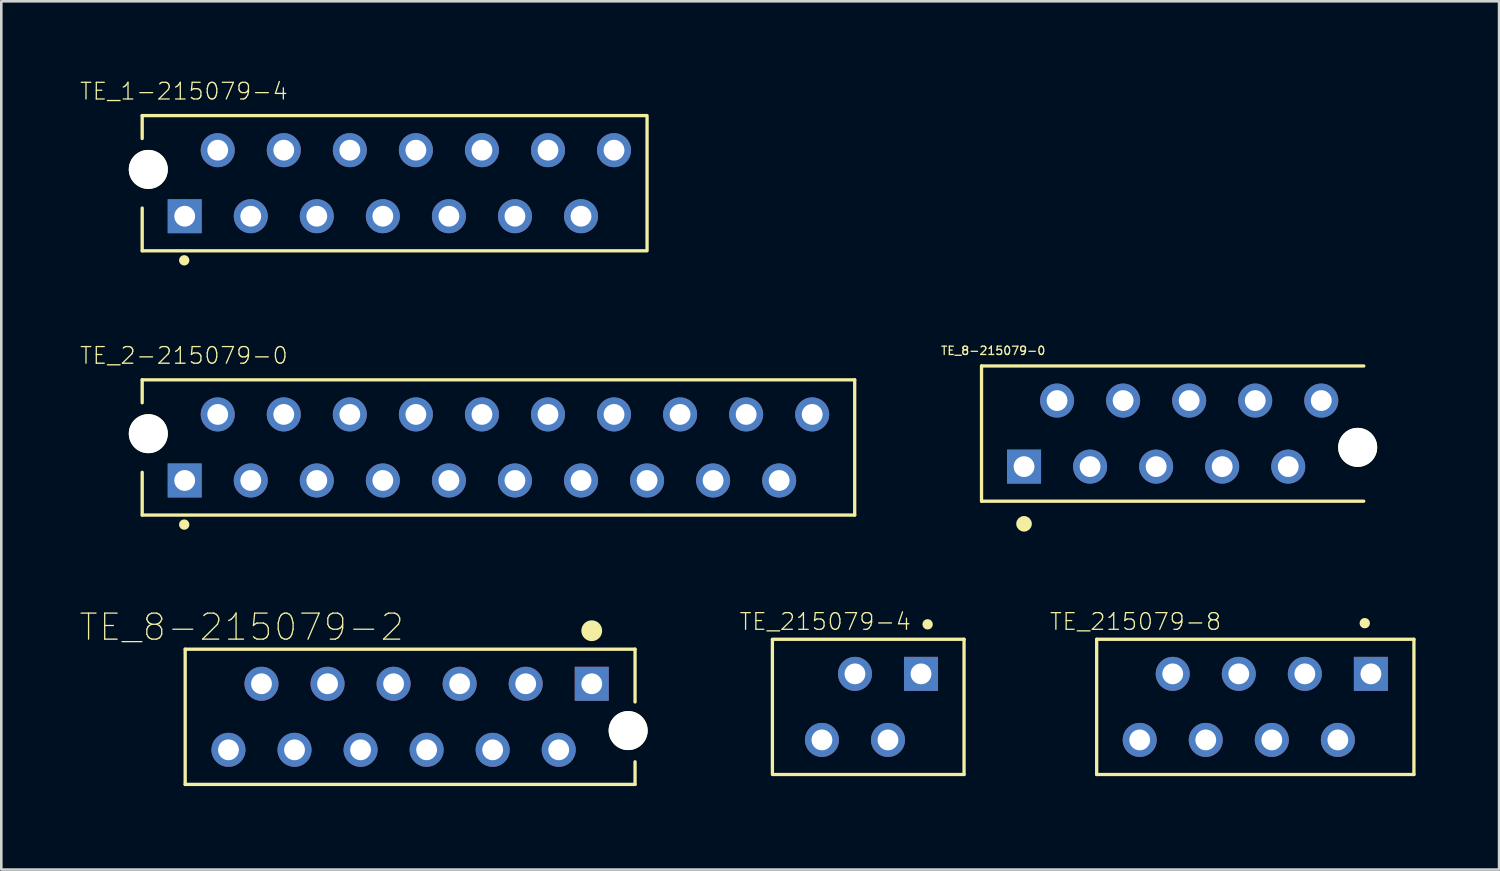
<source format=kicad_pcb>
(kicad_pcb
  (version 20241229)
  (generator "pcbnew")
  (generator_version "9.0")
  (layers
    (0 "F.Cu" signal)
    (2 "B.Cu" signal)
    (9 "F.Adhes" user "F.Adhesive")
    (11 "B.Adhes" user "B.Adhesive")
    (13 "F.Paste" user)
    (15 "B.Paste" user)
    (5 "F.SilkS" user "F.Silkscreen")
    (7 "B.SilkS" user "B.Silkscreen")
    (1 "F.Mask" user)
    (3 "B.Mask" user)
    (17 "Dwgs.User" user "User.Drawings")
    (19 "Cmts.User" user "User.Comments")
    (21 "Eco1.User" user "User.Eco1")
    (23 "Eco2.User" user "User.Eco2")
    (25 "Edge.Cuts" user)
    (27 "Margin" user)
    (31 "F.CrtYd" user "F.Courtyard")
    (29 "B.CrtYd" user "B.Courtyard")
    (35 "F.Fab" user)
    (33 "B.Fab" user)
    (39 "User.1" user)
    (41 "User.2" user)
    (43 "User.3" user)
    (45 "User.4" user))
  (footprint "TE_2-215079-0"
    (layer "F.Cu")
    (at 4.053 15.427)
    (property "Reference" "TE_2-215079-0" (at -0.032 -4.803 0) (layer "F.SilkS") (effects (font (size 0.64 0.64) (thickness 0.05))))
    (attr through_hole)
    (fp_line (start -1.635 -3.87) (end -1.635 -2.988) (stroke (width 0.127) (type solid)) (layer "F.SilkS"))
    (fp_line (start -1.635 -0.314) (end -1.635 1.33) (stroke (width 0.127) (type solid)) (layer "F.SilkS"))
    (fp_line (start -1.635 1.33) (end 25.765 1.33) (stroke (width 0.127) (type solid)) (layer "F.SilkS"))
    (fp_line (start 25.765 -3.87) (end -1.635 -3.87) (stroke (width 0.127) (type solid)) (layer "F.SilkS"))
    (fp_line (start 25.765 1.33) (end 25.765 -3.87) (stroke (width 0.127) (type solid)) (layer "F.SilkS"))
    (fp_circle (center -0.019 1.696) (end 0.081 1.696) (stroke (width 0.2) (type solid)) (fill no) (layer "F.SilkS"))
    (fp_line (start -1.885 -4.12) (end 26.015 -4.12) (stroke (width 0.05) (type solid)) (layer "Eco1.User"))
    (fp_line (start -1.885 1.58) (end -1.885 -4.12) (stroke (width 0.05) (type solid)) (layer "Eco1.User"))
    (fp_line (start 26.015 -4.12) (end 26.015 1.58) (stroke (width 0.05) (type solid)) (layer "Eco1.User"))
    (fp_line (start 26.015 1.58) (end -1.885 1.58) (stroke (width 0.05) (type solid)) (layer "Eco1.User"))
    (fp_line (start -1.635 -3.87) (end -1.635 1.33) (stroke (width 0.127) (type solid)) (layer "Eco2.User"))
    (fp_line (start -1.635 1.33) (end 25.765 1.33) (stroke (width 0.127) (type solid)) (layer "Eco2.User"))
    (fp_line (start 25.765 -3.87) (end -1.635 -3.87) (stroke (width 0.127) (type solid)) (layer "Eco2.User"))
    (fp_line (start 25.765 1.33) (end 25.765 -3.87) (stroke (width 0.127) (type solid)) (layer "Eco2.User"))
    (pad "" np_thru_hole circle (at -1.4 -1.8) (size 1.5 1.5) (drill 1.5) (layers "*.Cu" "*.Mask" "F.SilkS"))
    (pad "1" thru_hole rect (at 0 0 180) (size 1.308 1.308) (drill 0.8) (layers "*.Cu" "*.Mask"))
    (pad "2" thru_hole circle (at 1.27 -2.54 180) (size 1.308 1.308) (drill 0.8) (layers "*.Cu" "*.Mask"))
    (pad "3" thru_hole circle (at 2.54 0 180) (size 1.308 1.308) (drill 0.8) (layers "*.Cu" "*.Mask"))
    (pad "4" thru_hole circle (at 3.81 -2.54 180) (size 1.308 1.308) (drill 0.8) (layers "*.Cu" "*.Mask"))
    (pad "5" thru_hole circle (at 5.08 0 180) (size 1.308 1.308) (drill 0.8) (layers "*.Cu" "*.Mask"))
    (pad "6" thru_hole circle (at 6.35 -2.54 180) (size 1.308 1.308) (drill 0.8) (layers "*.Cu" "*.Mask"))
    (pad "7" thru_hole circle (at 7.62 0 180) (size 1.308 1.308) (drill 0.8) (layers "*.Cu" "*.Mask"))
    (pad "8" thru_hole circle (at 8.89 -2.54 180) (size 1.308 1.308) (drill 0.8) (layers "*.Cu" "*.Mask"))
    (pad "9" thru_hole circle (at 10.16 0 180) (size 1.308 1.308) (drill 0.8) (layers "*.Cu" "*.Mask"))
    (pad "10" thru_hole circle (at 11.43 -2.54 180) (size 1.308 1.308) (drill 0.8) (layers "*.Cu" "*.Mask"))
    (pad "11" thru_hole circle (at 12.7 0 180) (size 1.308 1.308) (drill 0.8) (layers "*.Cu" "*.Mask"))
    (pad "12" thru_hole circle (at 13.97 -2.54 180) (size 1.308 1.308) (drill 0.8) (layers "*.Cu" "*.Mask"))
    (pad "13" thru_hole circle (at 15.24 0 180) (size 1.308 1.308) (drill 0.8) (layers "*.Cu" "*.Mask"))
    (pad "14" thru_hole circle (at 16.51 -2.54 180) (size 1.308 1.308) (drill 0.8) (layers "*.Cu" "*.Mask"))
    (pad "15" thru_hole circle (at 17.78 0 180) (size 1.308 1.308) (drill 0.8) (layers "*.Cu" "*.Mask"))
    (pad "16" thru_hole circle (at 19.05 -2.54 180) (size 1.308 1.308) (drill 0.8) (layers "*.Cu" "*.Mask"))
    (pad "17" thru_hole circle (at 20.32 0 180) (size 1.308 1.308) (drill 0.8) (layers "*.Cu" "*.Mask"))
    (pad "18" thru_hole circle (at 21.59 -2.54 180) (size 1.308 1.308) (drill 0.8) (layers "*.Cu" "*.Mask"))
    (pad "19" thru_hole circle (at 22.86 0 180) (size 1.308 1.308) (drill 0.8) (layers "*.Cu" "*.Mask"))
    (pad "20" thru_hole circle (at 24.13 -2.54 180) (size 1.308 1.308) (drill 0.8) (layers "*.Cu" "*.Mask")))
  (footprint "TE_215079-8"
    (layer "F.Cu")
    (at 45.223 24.134)
    (property "Reference" "TE_215079-8" (at -4.606 -3.278 0) (layer "F.SilkS") (effects (font (size 0.64 0.64) (thickness 0.05))))
    (attr through_hole)
    (fp_line (start -6.1 -2.6) (end -6.1 2.6) (stroke (width 0.127) (type solid)) (layer "F.SilkS"))
    (fp_line (start -6.1 2.6) (end 6.1 2.6) (stroke (width 0.127) (type solid)) (layer "F.SilkS"))
    (fp_line (start 6.1 -2.6) (end -6.1 -2.6) (stroke (width 0.127) (type solid)) (layer "F.SilkS"))
    (fp_line (start 6.1 2.6) (end 6.1 -2.6) (stroke (width 0.127) (type solid)) (layer "F.SilkS"))
    (fp_circle (center 4.21 -3.22) (end 4.31 -3.22) (stroke (width 0.2) (type solid)) (fill no) (layer "F.SilkS"))
    (fp_line (start -6.35 -2.85) (end 6.35 -2.85) (stroke (width 0.05) (type solid)) (layer "Eco1.User"))
    (fp_line (start -6.35 2.85) (end -6.35 -2.85) (stroke (width 0.05) (type solid)) (layer "Eco1.User"))
    (fp_line (start 6.35 -2.85) (end 6.35 2.85) (stroke (width 0.05) (type solid)) (layer "Eco1.User"))
    (fp_line (start 6.35 2.85) (end -6.35 2.85) (stroke (width 0.05) (type solid)) (layer "Eco1.User"))
    (fp_line (start -6.1 -2.6) (end -6.1 2.6) (stroke (width 0.127) (type solid)) (layer "Eco2.User"))
    (fp_line (start -6.1 2.6) (end 6.1 2.6) (stroke (width 0.127) (type solid)) (layer "Eco2.User"))
    (fp_line (start 6.1 -2.6) (end -6.1 -2.6) (stroke (width 0.127) (type solid)) (layer "Eco2.User"))
    (fp_line (start 6.1 2.6) (end 6.1 -2.6) (stroke (width 0.127) (type solid)) (layer "Eco2.User"))
    (pad "1" thru_hole rect (at 4.445 -1.27) (size 1.308 1.308) (drill 0.8) (layers "*.Cu" "*.Mask"))
    (pad "2" thru_hole circle (at 3.175 1.27) (size 1.308 1.308) (drill 0.8) (layers "*.Cu" "*.Mask"))
    (pad "3" thru_hole circle (at 1.905 -1.27) (size 1.308 1.308) (drill 0.8) (layers "*.Cu" "*.Mask"))
    (pad "4" thru_hole circle (at 0.635 1.27) (size 1.308 1.308) (drill 0.8) (layers "*.Cu" "*.Mask"))
    (pad "5" thru_hole circle (at -0.635 -1.27) (size 1.308 1.308) (drill 0.8) (layers "*.Cu" "*.Mask"))
    (pad "6" thru_hole circle (at -1.905 1.27) (size 1.308 1.308) (drill 0.8) (layers "*.Cu" "*.Mask"))
    (pad "7" thru_hole circle (at -3.175 -1.27) (size 1.308 1.308) (drill 0.8) (layers "*.Cu" "*.Mask"))
    (pad "8" thru_hole circle (at -4.445 1.27) (size 1.308 1.308) (drill 0.8) (layers "*.Cu" "*.Mask")))
  (footprint "TE_1-215079-4"
    (layer "F.Cu")
    (at 4.053 5.265)
    (property "Reference" "TE_1-215079-4" (at -0.032 -4.803 0) (layer "F.SilkS") (effects (font (size 0.64 0.64) (thickness 0.05))))
    (attr through_hole)
    (fp_line (start -1.635 -3.87) (end -1.635 -2.988) (stroke (width 0.127) (type solid)) (layer "F.SilkS"))
    (fp_line (start -1.635 -0.314) (end -1.635 1.33) (stroke (width 0.127) (type solid)) (layer "F.SilkS"))
    (fp_line (start -1.635 1.33) (end 17.78 1.33) (stroke (width 0.127) (type solid)) (layer "F.SilkS"))
    (fp_line (start 17.78 -3.87) (end -1.635 -3.87) (stroke (width 0.127) (type solid)) (layer "F.SilkS"))
    (fp_line (start 17.78 1.27) (end 17.78 -3.81) (stroke (width 0.127) (type solid)) (layer "F.SilkS"))
    (fp_circle (center -0.019 1.696) (end 0.081 1.696) (stroke (width 0.2) (type solid)) (fill no) (layer "F.SilkS"))
    (fp_line (start -1.885 -4.12) (end 18.034 -4.12) (stroke (width 0.05) (type solid)) (layer "Eco1.User"))
    (fp_line (start -1.885 1.58) (end -1.885 -4.12) (stroke (width 0.05) (type solid)) (layer "Eco1.User"))
    (fp_line (start 18.034 -4.12) (end 18.034 1.58) (stroke (width 0.05) (type solid)) (layer "Eco1.User"))
    (fp_line (start 18.034 1.58) (end -1.885 1.58) (stroke (width 0.05) (type solid)) (layer "Eco1.User"))
    (fp_line (start -1.635 -3.87) (end -1.635 1.33) (stroke (width 0.127) (type solid)) (layer "Eco2.User"))
    (fp_line (start -1.635 1.33) (end 17.78 1.33) (stroke (width 0.127) (type solid)) (layer "Eco2.User"))
    (fp_line (start 17.78 -3.87) (end -1.635 -3.87) (stroke (width 0.127) (type solid)) (layer "Eco2.User"))
    (fp_line (start 17.78 1.27) (end 17.78 -3.81) (stroke (width 0.127) (type solid)) (layer "Eco2.User"))
    (pad "" np_thru_hole circle (at -1.4 -1.8) (size 1.5 1.5) (drill 1.5) (layers "*.Cu" "*.Mask" "F.SilkS"))
    (pad "1" thru_hole rect (at 0 0 180) (size 1.308 1.308) (drill 0.8) (layers "*.Cu" "*.Mask"))
    (pad "2" thru_hole circle (at 1.27 -2.54 180) (size 1.308 1.308) (drill 0.8) (layers "*.Cu" "*.Mask"))
    (pad "3" thru_hole circle (at 2.54 0 180) (size 1.308 1.308) (drill 0.8) (layers "*.Cu" "*.Mask"))
    (pad "4" thru_hole circle (at 3.81 -2.54 180) (size 1.308 1.308) (drill 0.8) (layers "*.Cu" "*.Mask"))
    (pad "5" thru_hole circle (at 5.08 0 180) (size 1.308 1.308) (drill 0.8) (layers "*.Cu" "*.Mask"))
    (pad "6" thru_hole circle (at 6.35 -2.54 180) (size 1.308 1.308) (drill 0.8) (layers "*.Cu" "*.Mask"))
    (pad "7" thru_hole circle (at 7.62 0 180) (size 1.308 1.308) (drill 0.8) (layers "*.Cu" "*.Mask"))
    (pad "8" thru_hole circle (at 8.89 -2.54 180) (size 1.308 1.308) (drill 0.8) (layers "*.Cu" "*.Mask"))
    (pad "9" thru_hole circle (at 10.16 0 180) (size 1.308 1.308) (drill 0.8) (layers "*.Cu" "*.Mask"))
    (pad "10" thru_hole circle (at 11.43 -2.54 180) (size 1.308 1.308) (drill 0.8) (layers "*.Cu" "*.Mask"))
    (pad "11" thru_hole circle (at 12.7 0 180) (size 1.308 1.308) (drill 0.8) (layers "*.Cu" "*.Mask"))
    (pad "12" thru_hole circle (at 13.97 -2.54 180) (size 1.308 1.308) (drill 0.8) (layers "*.Cu" "*.Mask"))
    (pad "13" thru_hole circle (at 15.24 0 180) (size 1.308 1.308) (drill 0.8) (layers "*.Cu" "*.Mask"))
    (pad "14" thru_hole circle (at 16.51 -2.54 180) (size 1.308 1.308) (drill 0.8) (layers "*.Cu" "*.Mask")))
  (footprint "TE_8-215079-0"
    (layer "F.Cu")
    (at 36.33 14.894)
    (property "Reference" "TE_8-215079-0" (at -1.188 -4.458 0) (layer "F.SilkS") (effects (font (size 0.32 0.32) (thickness 0.05))))
    (attr through_hole)
    (fp_line (start -1.635 -3.87) (end 13.065 -3.87) (stroke (width 0.127) (type solid)) (layer "F.SilkS"))
    (fp_line (start -1.635 1.33) (end -1.635 -3.87) (stroke (width 0.127) (type solid)) (layer "F.SilkS"))
    (fp_line (start 13.065 1.33) (end -1.635 1.33) (stroke (width 0.127) (type solid)) (layer "F.SilkS"))
    (fp_circle (center 0 2.2) (end 0.15 2.2) (stroke (width 0.3) (type solid)) (fill no) (layer "F.SilkS"))
    (fp_line (start -1.885 -4.12) (end -1.885 1.58) (stroke (width 0.05) (type solid)) (layer "Eco1.User"))
    (fp_line (start -1.885 1.58) (end 14 1.58) (stroke (width 0.05) (type solid)) (layer "Eco1.User"))
    (fp_line (start 14 -4.12) (end -1.885 -4.12) (stroke (width 0.05) (type solid)) (layer "Eco1.User"))
    (fp_line (start 14 1.58) (end 14 -4.12) (stroke (width 0.05) (type solid)) (layer "Eco1.User"))
    (fp_line (start 13.065 -3.87) (end 13.065 1.33) (stroke (width 0.127) (type solid)) (layer "Eco2.User"))
    (pad "" np_thru_hole circle (at 12.83 -0.74) (size 1.5 1.5) (drill 1.5) (layers "*.Cu" "*.Mask" "F.SilkS"))
    (pad "1" thru_hole rect (at 0 0) (size 1.308 1.308) (drill 0.8) (layers "*.Cu" "*.Mask"))
    (pad "2" thru_hole circle (at 1.27 -2.54) (size 1.308 1.308) (drill 0.8) (layers "*.Cu" "*.Mask"))
    (pad "3" thru_hole circle (at 2.54 0) (size 1.308 1.308) (drill 0.8) (layers "*.Cu" "*.Mask"))
    (pad "4" thru_hole circle (at 3.81 -2.54) (size 1.308 1.308) (drill 0.8) (layers "*.Cu" "*.Mask"))
    (pad "5" thru_hole circle (at 5.08 0) (size 1.308 1.308) (drill 0.8) (layers "*.Cu" "*.Mask"))
    (pad "6" thru_hole circle (at 6.35 -2.54) (size 1.308 1.308) (drill 0.8) (layers "*.Cu" "*.Mask"))
    (pad "7" thru_hole circle (at 7.62 0) (size 1.308 1.308) (drill 0.8) (layers "*.Cu" "*.Mask"))
    (pad "8" thru_hole circle (at 8.89 -2.54) (size 1.308 1.308) (drill 0.8) (layers "*.Cu" "*.Mask"))
    (pad "9" thru_hole circle (at 10.16 0) (size 1.308 1.308) (drill 0.8) (layers "*.Cu" "*.Mask"))
    (pad "10" thru_hole circle (at 11.43 -2.54) (size 1.308 1.308) (drill 0.8) (layers "*.Cu" "*.Mask")))
  (footprint "TE_8-215079-2"
    (layer "F.Cu")
    (at 19.706 23.245)
    (property "Reference" "TE_8-215079-2" (at -13.463 -2.177 0) (layer "F.SilkS") (effects (font (size 1.001 1.001) (thickness 0.05))))
    (attr through_hole)
    (fp_line (start -15.635 -1.33) (end -15.635 3.87) (stroke (width 0.127) (type solid)) (layer "F.SilkS"))
    (fp_line (start -15.635 3.87) (end 1.665 3.87) (stroke (width 0.127) (type solid)) (layer "F.SilkS"))
    (fp_line (start 1.665 -1.33) (end -15.635 -1.33) (stroke (width 0.127) (type solid)) (layer "F.SilkS"))
    (fp_line (start 1.665 -1.33) (end 1.665 0.7) (stroke (width 0.127) (type solid)) (layer "F.SilkS"))
    (fp_line (start 1.665 3.87) (end 1.665 3) (stroke (width 0.127) (type solid)) (layer "F.SilkS"))
    (fp_circle (center 0 -2.04) (end 0.2 -2.04) (stroke (width 0.4) (type solid)) (fill no) (layer "F.SilkS"))
    (fp_line (start -15.885 -1.58) (end 2.635 -1.58) (stroke (width 0.05) (type solid)) (layer "Eco1.User"))
    (fp_line (start -15.885 4.12) (end -15.885 -1.58) (stroke (width 0.05) (type solid)) (layer "Eco1.User"))
    (fp_line (start 2.635 -1.58) (end 2.635 4.12) (stroke (width 0.05) (type solid)) (layer "Eco1.User"))
    (fp_line (start 2.635 4.12) (end -15.885 4.12) (stroke (width 0.05) (type solid)) (layer "Eco1.User"))
    (fp_line (start -15.635 -1.33) (end -15.635 3.87) (stroke (width 0.127) (type solid)) (layer "Eco2.User"))
    (fp_line (start -15.635 3.87) (end 1.665 3.87) (stroke (width 0.127) (type solid)) (layer "Eco2.User"))
    (fp_line (start 1.665 -1.33) (end -15.635 -1.33) (stroke (width 0.127) (type solid)) (layer "Eco2.User"))
    (fp_line (start 1.665 3.87) (end 1.665 -1.33) (stroke (width 0.127) (type solid)) (layer "Eco2.User"))
    (fp_circle (center 0 0) (end 0.2 0) (stroke (width 0.4) (type solid)) (fill no) (layer "Eco2.User"))
    (pad "" np_thru_hole circle (at 1.4 1.8) (size 1.5 1.5) (drill 1.5) (layers "*.Cu" "*.Mask" "F.SilkS"))
    (pad "1" thru_hole rect (at 0 0) (size 1.308 1.308) (drill 0.8) (layers "*.Cu" "*.Mask"))
    (pad "2" thru_hole circle (at -1.27 2.54) (size 1.308 1.308) (drill 0.8) (layers "*.Cu" "*.Mask"))
    (pad "3" thru_hole circle (at -2.54 0) (size 1.308 1.308) (drill 0.8) (layers "*.Cu" "*.Mask"))
    (pad "4" thru_hole circle (at -3.81 2.54) (size 1.308 1.308) (drill 0.8) (layers "*.Cu" "*.Mask"))
    (pad "5" thru_hole circle (at -5.08 0) (size 1.308 1.308) (drill 0.8) (layers "*.Cu" "*.Mask"))
    (pad "6" thru_hole circle (at -6.35 2.54) (size 1.308 1.308) (drill 0.8) (layers "*.Cu" "*.Mask"))
    (pad "7" thru_hole circle (at -7.62 0) (size 1.308 1.308) (drill 0.8) (layers "*.Cu" "*.Mask"))
    (pad "8" thru_hole circle (at -8.89 2.54) (size 1.308 1.308) (drill 0.8) (layers "*.Cu" "*.Mask"))
    (pad "9" thru_hole circle (at -10.16 0) (size 1.308 1.308) (drill 0.8) (layers "*.Cu" "*.Mask"))
    (pad "10" thru_hole circle (at -11.43 2.54) (size 1.308 1.308) (drill 0.8) (layers "*.Cu" "*.Mask"))
    (pad "11" thru_hole circle (at -12.7 0) (size 1.308 1.308) (drill 0.8) (layers "*.Cu" "*.Mask"))
    (pad "12" thru_hole circle (at -13.97 2.54) (size 1.308 1.308) (drill 0.8) (layers "*.Cu" "*.Mask")))
  (footprint "TE_215079-4"
    (layer "F.Cu")
    (at 27.923 24.134)
    (property "Reference" "TE_215079-4" (at 0.762 -3.278 0) (layer "F.SilkS") (effects (font (size 0.64 0.64) (thickness 0.05))))
    (attr through_hole)
    (fp_line (start -1.27 -2.584) (end -1.27 2.54) (stroke (width 0.127) (type solid)) (layer "F.SilkS"))
    (fp_line (start -1.27 2.6) (end 6.1 2.6) (stroke (width 0.127) (type solid)) (layer "F.SilkS"))
    (fp_line (start 6.1 -2.6) (end -1.27 -2.6) (stroke (width 0.127) (type solid)) (layer "F.SilkS"))
    (fp_line (start 6.1 2.6) (end 6.1 -2.6) (stroke (width 0.127) (type solid)) (layer "F.SilkS"))
    (fp_circle (center 4.699 -3.175) (end 4.799 -3.175) (stroke (width 0.2) (type solid)) (fill no) (layer "F.SilkS"))
    (fp_line (start -1.524 -2.85) (end 6.35 -2.85) (stroke (width 0.05) (type solid)) (layer "Eco1.User"))
    (fp_line (start -1.524 2.85) (end -1.524 -2.85) (stroke (width 0.05) (type solid)) (layer "Eco1.User"))
    (fp_line (start 6.35 -2.85) (end 6.35 2.85) (stroke (width 0.05) (type solid)) (layer "Eco1.User"))
    (fp_line (start 6.35 2.85) (end -1.524 2.85) (stroke (width 0.05) (type solid)) (layer "Eco1.User"))
    (fp_line (start -1.27 -2.54) (end -1.27 2.54) (stroke (width 0.127) (type solid)) (layer "Eco2.User"))
    (fp_line (start -1.27 2.6) (end 6.1 2.6) (stroke (width 0.127) (type solid)) (layer "Eco2.User"))
    (fp_line (start 6.1 -2.6) (end -1.27 -2.6) (stroke (width 0.127) (type solid)) (layer "Eco2.User"))
    (fp_line (start 6.1 2.6) (end 6.1 -2.6) (stroke (width 0.127) (type solid)) (layer "Eco2.User"))
    (pad "1" thru_hole rect (at 4.445 -1.27) (size 1.308 1.308) (drill 0.8) (layers "*.Cu" "*.Mask"))
    (pad "2" thru_hole circle (at 3.175 1.27) (size 1.308 1.308) (drill 0.8) (layers "*.Cu" "*.Mask"))
    (pad "3" thru_hole circle (at 1.905 -1.27) (size 1.308 1.308) (drill 0.8) (layers "*.Cu" "*.Mask"))
    (pad "4" thru_hole circle (at 0.635 1.27) (size 1.308 1.308) (drill 0.8) (layers "*.Cu" "*.Mask")))
  (gr_rect
    (start -3 -3)
    (end 54.598 30.39)
    (stroke (width 0.1) (type default))
    (fill no)
    (layer "Edge.Cuts")))
</source>
